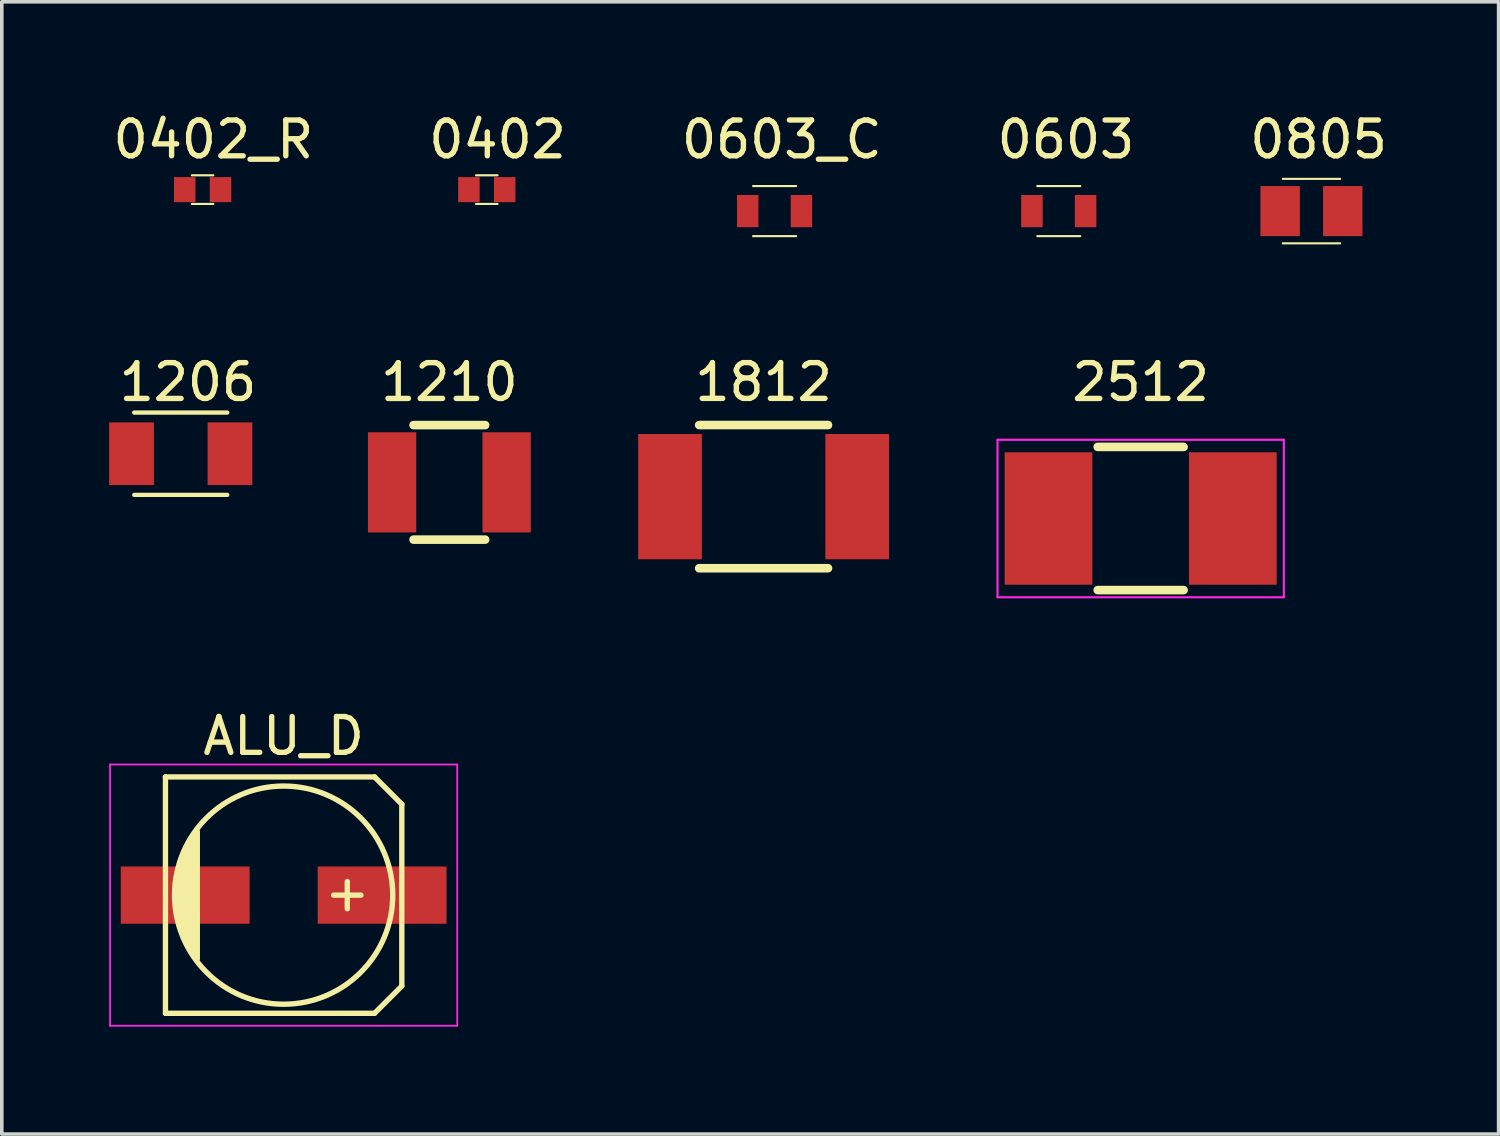
<source format=kicad_pcb>
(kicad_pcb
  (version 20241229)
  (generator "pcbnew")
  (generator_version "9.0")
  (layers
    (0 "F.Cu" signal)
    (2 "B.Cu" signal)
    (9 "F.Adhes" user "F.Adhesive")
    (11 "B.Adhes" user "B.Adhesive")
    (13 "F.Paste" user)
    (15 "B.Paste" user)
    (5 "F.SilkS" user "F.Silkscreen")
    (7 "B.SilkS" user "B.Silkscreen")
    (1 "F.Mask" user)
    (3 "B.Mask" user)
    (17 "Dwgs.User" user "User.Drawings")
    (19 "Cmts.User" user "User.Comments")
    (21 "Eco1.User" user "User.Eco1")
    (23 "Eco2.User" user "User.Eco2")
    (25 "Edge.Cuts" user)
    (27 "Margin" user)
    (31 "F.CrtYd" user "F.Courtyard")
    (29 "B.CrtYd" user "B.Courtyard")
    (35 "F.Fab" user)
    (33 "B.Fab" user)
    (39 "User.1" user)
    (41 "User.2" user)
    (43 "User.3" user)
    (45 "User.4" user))
  (footprint "0805"
    (layer "F.Cu")
    (at 33.592 2.848)
    (property "Reference" "0805" (at 0.2 -2 0) (layer "F.SilkS") (effects (font (size 1 1) (thickness 0.15))))
    (attr through_hole)
    (fp_line (start -0.8 -0.9) (end 0.8 -0.9) (stroke (width 0.06) (type solid)) (layer "F.SilkS"))
    (fp_line (start -0.8 0.9) (end 0.8 0.9) (stroke (width 0.06) (type solid)) (layer "F.SilkS"))
    (pad "1" smd rect (at -0.875 0) (size 1.1 1.4) (layers "F.Cu" "F.Mask" "F.Paste"))
    (pad "2" smd rect (at 0.875 0) (size 1.1 1.4) (layers "F.Cu" "F.Mask" "F.Paste")))
  (footprint "0402_R"
    (layer "F.Cu")
    (at 2.611 2.248)
    (property "Reference" "0402_R" (at 0.3 -1.4 0) (layer "F.SilkS") (effects (font (size 1 1) (thickness 0.15))))
    (attr through_hole)
    (fp_line (start -0.3 -0.4) (end 0.3 -0.4) (stroke (width 0.06) (type solid)) (layer "F.SilkS"))
    (fp_line (start -0.3 0.4) (end 0.3 0.4) (stroke (width 0.06) (type solid)) (layer "F.SilkS"))
    (pad "1" smd rect (at -0.5 0) (size 0.6 0.7) (layers "F.Cu" "F.Mask" "F.Paste"))
    (pad "2" smd rect (at 0.5 0) (size 0.6 0.7) (layers "F.Cu" "F.Mask" "F.Paste")))
  (footprint "1210"
    (layer "F.Cu")
    (at 9.505 10.427)
    (property "Reference" "1210" (at 0 -2.8 0) (layer "F.SilkS") (effects (font (size 1 1) (thickness 0.15))))
    (attr through_hole)
    (fp_line (start -1 -1.6) (end 1 -1.6) (stroke (width 0.24) (type solid)) (layer "F.SilkS"))
    (fp_line (start -1 1.6) (end 1 1.6) (stroke (width 0.24) (type solid)) (layer "F.SilkS"))
    (pad "1" smd rect (at -1.6 0) (size 1.35 2.8) (layers "F.Cu" "F.Mask" "F.Paste"))
    (pad "2" smd rect (at 1.6 0) (size 1.35 2.8) (layers "F.Cu" "F.Mask" "F.Paste")))
  (footprint "0603"
    (layer "F.Cu")
    (at 26.532 2.848)
    (property "Reference" "0603" (at 0.2 -2 0) (layer "F.SilkS") (effects (font (size 1 1) (thickness 0.15))))
    (attr through_hole)
    (fp_line (start -0.6 -0.7) (end 0.6 -0.7) (stroke (width 0.06) (type solid)) (layer "F.SilkS"))
    (fp_line (start -0.6 0.7) (end 0.6 0.7) (stroke (width 0.06) (type solid)) (layer "F.SilkS"))
    (pad "1" smd rect (at -0.75 0) (size 0.6 0.9) (layers "F.Cu" "F.Mask" "F.Paste"))
    (pad "2" smd rect (at 0.75 0) (size 0.6 0.9) (layers "F.Cu" "F.Mask" "F.Paste")))
  (footprint "2512"
    (layer "F.Cu")
    (at 28.82 11.437)
    (property "Reference" "2512" (at 0 -3.81 0) (layer "F.SilkS") (effects (font (size 1 1) (thickness 0.15))))
    (attr smd)
    (fp_line (start -1.2 -2) (end 1.2 -2) (stroke (width 0.24) (type solid)) (layer "F.SilkS"))
    (fp_line (start -1.2 2) (end 1.2 2) (stroke (width 0.24) (type solid)) (layer "F.SilkS"))
    (fp_line (start -4 -2.2) (end 4 -2.2) (stroke (width 0.06) (type solid)) (layer "F.CrtYd"))
    (fp_line (start -4 2.2) (end -4 -2.2) (stroke (width 0.06) (type solid)) (layer "F.CrtYd"))
    (fp_line (start 4 -2.2) (end 4 2.2) (stroke (width 0.06) (type solid)) (layer "F.CrtYd"))
    (fp_line (start 4 2.2) (end -4 2.2) (stroke (width 0.06) (type solid)) (layer "F.CrtYd"))
    (pad "1" smd rect (at -2.575 0) (size 2.45 3.7) (layers "F.Cu" "F.Mask" "F.Paste"))
    (pad "2" smd rect (at 2.575 0) (size 2.45 3.7) (layers "F.Cu" "F.Mask" "F.Paste")))
  (footprint "0402"
    (layer "F.Cu")
    (at 10.551 2.248)
    (property "Reference" "0402" (at 0.3 -1.4 0) (layer "F.SilkS") (effects (font (size 1 1) (thickness 0.15))))
    (attr through_hole)
    (fp_line (start -0.3 -0.4) (end 0.3 -0.4) (stroke (width 0.06) (type solid)) (layer "F.SilkS"))
    (fp_line (start -0.3 0.4) (end 0.3 0.4) (stroke (width 0.06) (type solid)) (layer "F.SilkS"))
    (pad "1" smd rect (at -0.5 0) (size 0.6 0.7) (layers "F.Cu" "F.Mask" "F.Paste"))
    (pad "2" smd rect (at 0.5 0) (size 0.6 0.7) (layers "F.Cu" "F.Mask" "F.Paste")))
  (footprint "1206"
    (layer "F.Cu")
    (at 2 9.627)
    (property "Reference" "1206" (at 0.2 -2 0) (layer "F.SilkS") (effects (font (size 1 1) (thickness 0.15))))
    (attr through_hole)
    (fp_line (start -1.3 -1.15) (end 1.3 -1.15) (stroke (width 0.12) (type solid)) (layer "F.SilkS"))
    (fp_line (start 1.3 1.15) (end -1.3 1.15) (stroke (width 0.12) (type solid)) (layer "F.SilkS"))
    (pad "1" smd rect (at -1.375 0) (size 1.25 1.75) (layers "F.Cu" "F.Mask" "F.Paste"))
    (pad "2" smd rect (at 1.375 0) (size 1.25 1.75) (layers "F.Cu" "F.Mask" "F.Paste")))
  (footprint "0603_C"
    (layer "F.Cu")
    (at 18.592 2.848)
    (property "Reference" "0603_C" (at 0.2 -2 0) (layer "F.SilkS") (effects (font (size 1 1) (thickness 0.15))))
    (attr through_hole)
    (fp_line (start -0.6 -0.7) (end 0.6 -0.7) (stroke (width 0.06) (type solid)) (layer "F.SilkS"))
    (fp_line (start -0.6 0.7) (end 0.6 0.7) (stroke (width 0.06) (type solid)) (layer "F.SilkS"))
    (pad "1" smd rect (at -0.75 0) (size 0.6 0.9) (layers "F.Cu" "F.Mask" "F.Paste"))
    (pad "2" smd rect (at 0.75 0) (size 0.6 0.9) (layers "F.Cu" "F.Mask" "F.Paste")))
  (footprint "1812"
    (layer "F.Cu")
    (at 18.285 10.826)
    (property "Reference" "1812" (at 0 -3.2 0) (layer "F.SilkS") (effects (font (size 1 1) (thickness 0.15))))
    (attr through_hole)
    (fp_line (start -1.8 -2) (end 1.8 -2) (stroke (width 0.24) (type solid)) (layer "F.SilkS"))
    (fp_line (start -1.8 2) (end 1.8 2) (stroke (width 0.24) (type solid)) (layer "F.SilkS"))
    (pad "1" smd rect (at -2.615 0) (size 1.78 3.5) (layers "F.Cu" "F.Mask" "F.Paste"))
    (pad "2" smd rect (at 2.615 0) (size 1.78 3.5) (layers "F.Cu" "F.Mask" "F.Paste")))
  (footprint "ALU_D"
    (layer "F.Cu")
    (at 4.875 21.96)
    (property "Reference" "ALU_D" (at 0 -4.445 0) (layer "F.SilkS") (effects (font (size 1 1) (thickness 0.15))))
    (attr smd)
    (fp_line (start -3.302 -3.302) (end -3.302 3.302) (stroke (width 0.15) (type solid)) (layer "F.SilkS"))
    (fp_line (start -3.302 3.302) (end 2.54 3.302) (stroke (width 0.15) (type solid)) (layer "F.SilkS"))
    (fp_line (start -2.921 -0.762) (end -2.921 0.762) (stroke (width 0.15) (type solid)) (layer "F.SilkS"))
    (fp_line (start -2.794 1.143) (end -2.794 -1.143) (stroke (width 0.15) (type solid)) (layer "F.SilkS"))
    (fp_line (start -2.667 -1.397) (end -2.667 1.397) (stroke (width 0.15) (type solid)) (layer "F.SilkS"))
    (fp_line (start -2.54 1.651) (end -2.54 -1.651) (stroke (width 0.15) (type solid)) (layer "F.SilkS"))
    (fp_line (start -2.413 -1.778) (end -2.413 1.778) (stroke (width 0.15) (type solid)) (layer "F.SilkS"))
    (fp_line (start 1.778 -0.381) (end 1.778 0.381) (stroke (width 0.15) (type solid)) (layer "F.SilkS"))
    (fp_line (start 2.159 0) (end 1.397 0) (stroke (width 0.15) (type solid)) (layer "F.SilkS"))
    (fp_line (start 2.54 -3.302) (end -3.302 -3.302) (stroke (width 0.15) (type solid)) (layer "F.SilkS"))
    (fp_line (start 2.54 3.302) (end 3.302 2.54) (stroke (width 0.15) (type solid)) (layer "F.SilkS"))
    (fp_line (start 3.302 -2.54) (end 2.54 -3.302) (stroke (width 0.15) (type solid)) (layer "F.SilkS"))
    (fp_line (start 3.302 2.54) (end 3.302 -2.54) (stroke (width 0.15) (type solid)) (layer "F.SilkS"))
    (fp_circle (center 0 0) (end -3.048 0) (stroke (width 0.15) (type solid)) (fill no) (layer "F.SilkS"))
    (fp_line (start -4.85 -3.65) (end 4.85 -3.65) (stroke (width 0.05) (type solid)) (layer "F.CrtYd"))
    (fp_line (start -4.85 3.65) (end -4.85 -3.65) (stroke (width 0.05) (type solid)) (layer "F.CrtYd"))
    (fp_line (start 4.85 -3.65) (end 4.85 3.65) (stroke (width 0.05) (type solid)) (layer "F.CrtYd"))
    (fp_line (start 4.85 3.65) (end -4.85 3.65) (stroke (width 0.05) (type solid)) (layer "F.CrtYd"))
    (pad "1" smd rect (at 2.751 0) (size 3.599 1.6) (layers "F.Cu" "F.Mask" "F.Paste"))
    (pad "2" smd rect (at -2.751 0) (size 3.599 1.6) (layers "F.Cu" "F.Mask" "F.Paste")))
  (gr_rect
    (start -3 -3)
    (end 38.821 28.635)
    (stroke (width 0.1) (type default))
    (fill no)
    (layer "Edge.Cuts")))
</source>
